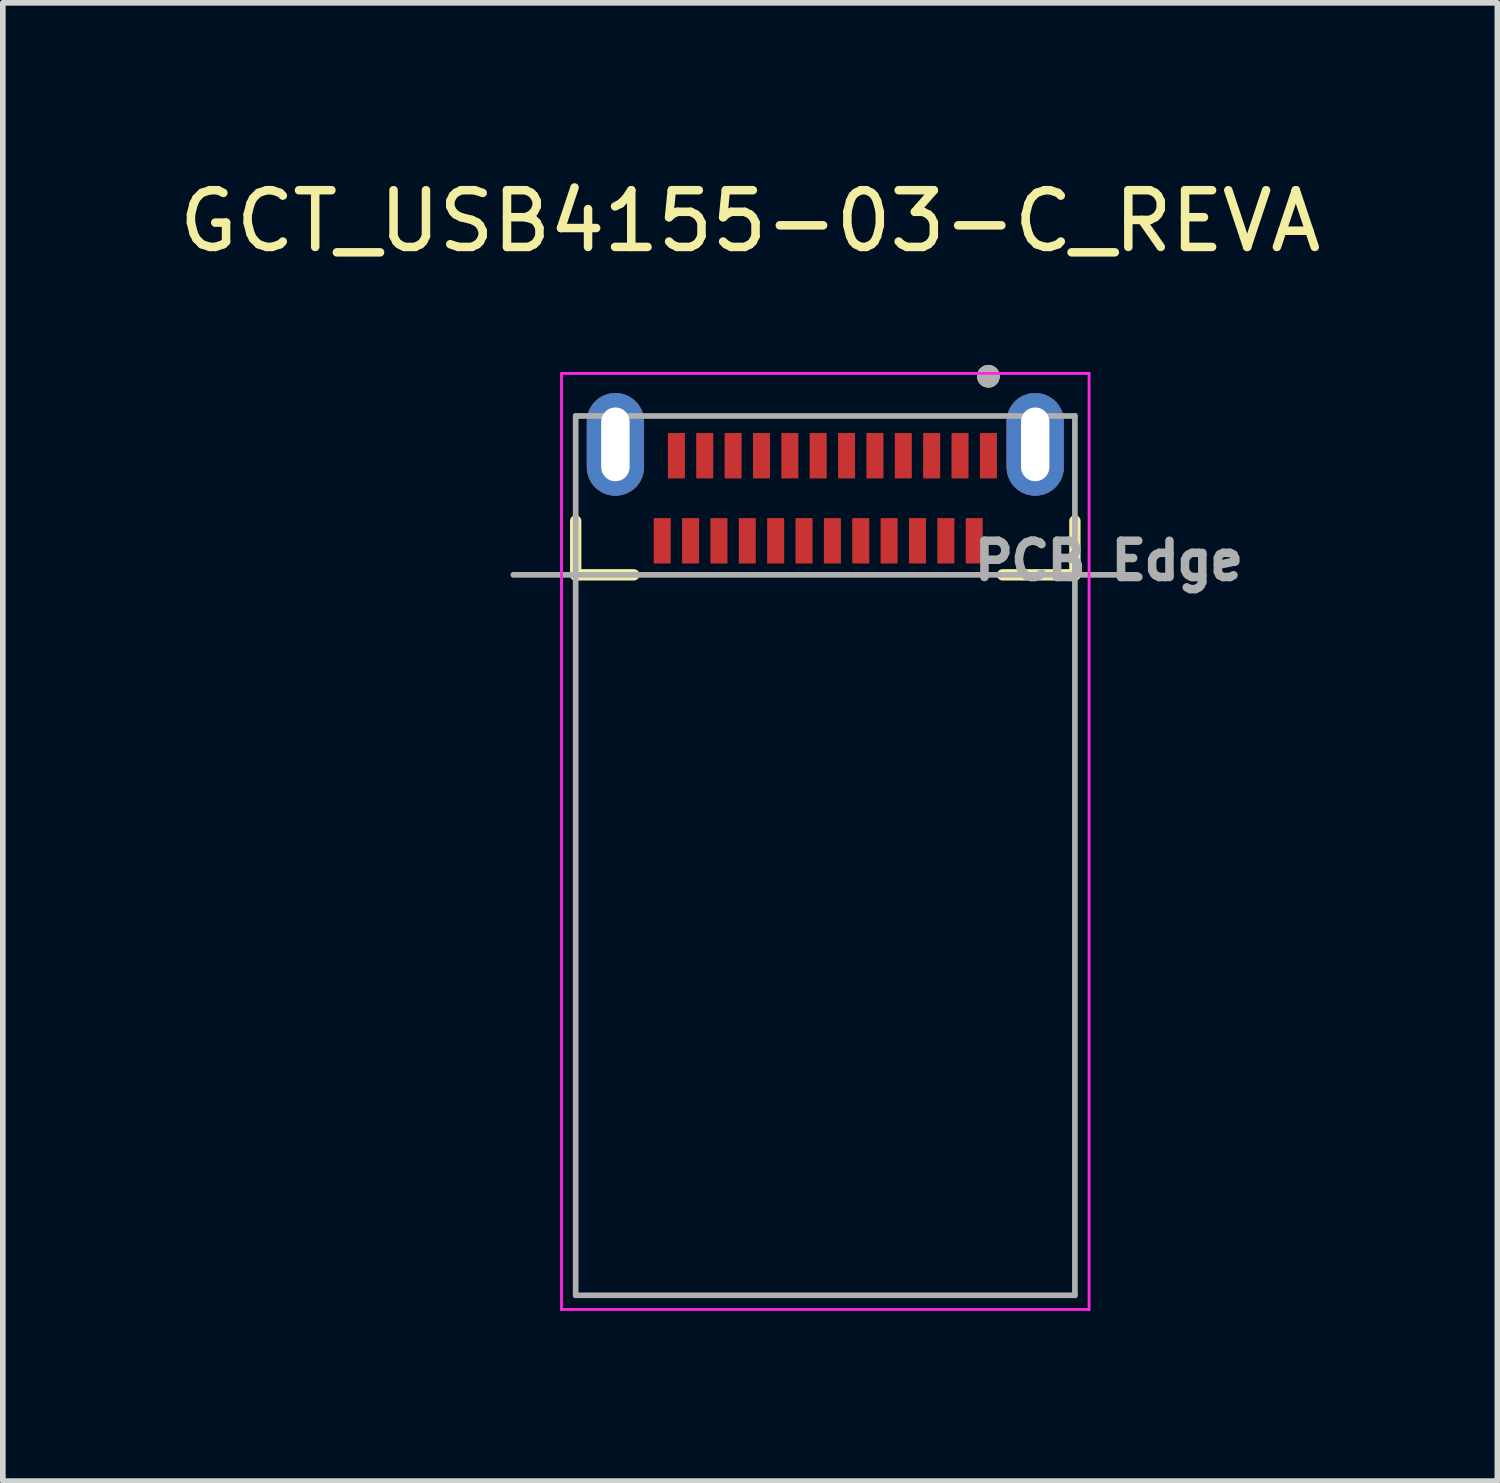
<source format=kicad_pcb>
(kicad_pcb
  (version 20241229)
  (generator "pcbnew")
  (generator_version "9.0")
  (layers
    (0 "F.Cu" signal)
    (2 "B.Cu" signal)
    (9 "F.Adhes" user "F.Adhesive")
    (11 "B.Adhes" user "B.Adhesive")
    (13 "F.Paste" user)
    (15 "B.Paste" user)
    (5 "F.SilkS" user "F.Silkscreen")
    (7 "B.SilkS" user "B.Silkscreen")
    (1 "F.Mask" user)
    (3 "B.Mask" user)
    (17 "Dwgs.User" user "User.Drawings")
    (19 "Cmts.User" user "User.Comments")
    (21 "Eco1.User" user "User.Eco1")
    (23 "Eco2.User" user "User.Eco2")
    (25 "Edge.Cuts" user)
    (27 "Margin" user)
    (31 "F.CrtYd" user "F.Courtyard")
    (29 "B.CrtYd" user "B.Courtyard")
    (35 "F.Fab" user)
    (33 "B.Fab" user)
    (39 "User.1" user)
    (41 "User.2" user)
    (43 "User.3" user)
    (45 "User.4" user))
  (footprint "GCT_USB4155-03-C_REVA"
    (layer "F.Cu")
    (at 11.498 5.733)
    (property "Reference" "GCT_USB4155-03-C_REVA" (at -1.325 -4.885 0) (layer "F.SilkS") (effects (font (size 1 1) (thickness 0.15))))
    (attr smd)
    (fp_poly (pts (xy -3.7 -1.85) (xy -3.726 -1.849) (xy -3.752 -1.847) (xy -3.778 -1.844) (xy -3.804 -1.839) (xy -3.829 -1.833) (xy -3.855 -1.826) (xy -3.879 -1.817) (xy -3.903 -1.807) (xy -3.927 -1.796) (xy -3.95 -1.783) (xy -3.972 -1.769) (xy -3.994 -1.755) (xy -4.015 -1.739) (xy -4.035 -1.722) (xy -4.054 -1.704) (xy -4.072 -1.685) (xy -4.089 -1.665) (xy -4.105 -1.644) (xy -4.119 -1.622) (xy -4.133 -1.6) (xy -4.146 -1.577) (xy -4.157 -1.553) (xy -4.167 -1.529) (xy -4.176 -1.505) (xy -4.183 -1.479) (xy -4.189 -1.454) (xy -4.194 -1.428) (xy -4.197 -1.402) (xy -4.199 -1.376) (xy -4.2 -1.35) (xy -4.2 -0.55) (xy -4.199 -0.524) (xy -4.197 -0.498) (xy -4.194 -0.472) (xy -4.189 -0.446) (xy -4.183 -0.421) (xy -4.176 -0.395) (xy -4.167 -0.371) (xy -4.157 -0.347) (xy -4.146 -0.323) (xy -4.133 -0.3) (xy -4.119 -0.278) (xy -4.105 -0.256) (xy -4.089 -0.235) (xy -4.072 -0.215) (xy -4.054 -0.196) (xy -4.035 -0.178) (xy -4.015 -0.161) (xy -3.994 -0.145) (xy -3.972 -0.131) (xy -3.95 -0.117) (xy -3.927 -0.104) (xy -3.903 -0.093) (xy -3.879 -0.083) (xy -3.855 -0.074) (xy -3.829 -0.067) (xy -3.804 -0.061) (xy -3.778 -0.056) (xy -3.752 -0.053) (xy -3.726 -0.051) (xy -3.7 -0.05) (xy -3.674 -0.051) (xy -3.648 -0.053) (xy -3.622 -0.056) (xy -3.596 -0.061) (xy -3.571 -0.067) (xy -3.545 -0.074) (xy -3.521 -0.083) (xy -3.497 -0.093) (xy -3.473 -0.104) (xy -3.45 -0.117) (xy -3.428 -0.131) (xy -3.406 -0.145) (xy -3.385 -0.161) (xy -3.365 -0.178) (xy -3.346 -0.196) (xy -3.328 -0.215) (xy -3.311 -0.235) (xy -3.295 -0.256) (xy -3.281 -0.278) (xy -3.267 -0.3) (xy -3.254 -0.323) (xy -3.243 -0.347) (xy -3.233 -0.371) (xy -3.224 -0.395) (xy -3.217 -0.421) (xy -3.211 -0.446) (xy -3.206 -0.472) (xy -3.203 -0.498) (xy -3.201 -0.524) (xy -3.2 -0.55) (xy -3.2 -1.35) (xy -3.201 -1.376) (xy -3.203 -1.402) (xy -3.206 -1.428) (xy -3.211 -1.454) (xy -3.217 -1.479) (xy -3.224 -1.505) (xy -3.233 -1.529) (xy -3.243 -1.553) (xy -3.254 -1.577) (xy -3.267 -1.6) (xy -3.281 -1.622) (xy -3.295 -1.644) (xy -3.311 -1.665) (xy -3.328 -1.685) (xy -3.346 -1.704) (xy -3.365 -1.722) (xy -3.385 -1.739) (xy -3.406 -1.755) (xy -3.428 -1.769) (xy -3.45 -1.783) (xy -3.473 -1.796) (xy -3.497 -1.807) (xy -3.521 -1.817) (xy -3.545 -1.826) (xy -3.571 -1.833) (xy -3.596 -1.839) (xy -3.622 -1.844) (xy -3.648 -1.847) (xy -3.674 -1.849) (xy -3.7 -1.85)) (stroke (width 0.01) (type solid)) (fill yes) (layer "F.Cu"))
    (fp_poly (pts (xy 3.7 -1.85) (xy 3.674 -1.849) (xy 3.648 -1.847) (xy 3.622 -1.844) (xy 3.596 -1.839) (xy 3.571 -1.833) (xy 3.545 -1.826) (xy 3.521 -1.817) (xy 3.497 -1.807) (xy 3.473 -1.796) (xy 3.45 -1.783) (xy 3.428 -1.769) (xy 3.406 -1.755) (xy 3.385 -1.739) (xy 3.365 -1.722) (xy 3.346 -1.704) (xy 3.328 -1.685) (xy 3.311 -1.665) (xy 3.295 -1.644) (xy 3.281 -1.622) (xy 3.267 -1.6) (xy 3.254 -1.577) (xy 3.243 -1.553) (xy 3.233 -1.529) (xy 3.224 -1.505) (xy 3.217 -1.479) (xy 3.211 -1.454) (xy 3.206 -1.428) (xy 3.203 -1.402) (xy 3.201 -1.376) (xy 3.2 -1.35) (xy 3.2 -0.55) (xy 3.201 -0.524) (xy 3.203 -0.498) (xy 3.206 -0.472) (xy 3.211 -0.446) (xy 3.217 -0.421) (xy 3.224 -0.395) (xy 3.233 -0.371) (xy 3.243 -0.347) (xy 3.254 -0.323) (xy 3.267 -0.3) (xy 3.281 -0.278) (xy 3.295 -0.256) (xy 3.311 -0.235) (xy 3.328 -0.215) (xy 3.346 -0.196) (xy 3.365 -0.178) (xy 3.385 -0.161) (xy 3.406 -0.145) (xy 3.428 -0.131) (xy 3.45 -0.117) (xy 3.473 -0.104) (xy 3.497 -0.093) (xy 3.521 -0.083) (xy 3.545 -0.074) (xy 3.571 -0.067) (xy 3.596 -0.061) (xy 3.622 -0.056) (xy 3.648 -0.053) (xy 3.674 -0.051) (xy 3.7 -0.05) (xy 3.726 -0.051) (xy 3.752 -0.053) (xy 3.778 -0.056) (xy 3.804 -0.061) (xy 3.829 -0.067) (xy 3.855 -0.074) (xy 3.879 -0.083) (xy 3.903 -0.093) (xy 3.927 -0.104) (xy 3.95 -0.117) (xy 3.972 -0.131) (xy 3.994 -0.145) (xy 4.015 -0.161) (xy 4.035 -0.178) (xy 4.054 -0.196) (xy 4.072 -0.215) (xy 4.089 -0.235) (xy 4.105 -0.256) (xy 4.119 -0.278) (xy 4.133 -0.3) (xy 4.146 -0.323) (xy 4.157 -0.347) (xy 4.167 -0.371) (xy 4.176 -0.395) (xy 4.183 -0.421) (xy 4.189 -0.446) (xy 4.194 -0.472) (xy 4.197 -0.498) (xy 4.199 -0.524) (xy 4.2 -0.55) (xy 4.2 -1.35) (xy 4.199 -1.376) (xy 4.197 -1.402) (xy 4.194 -1.428) (xy 4.189 -1.454) (xy 4.183 -1.479) (xy 4.176 -1.505) (xy 4.167 -1.529) (xy 4.157 -1.553) (xy 4.146 -1.577) (xy 4.133 -1.6) (xy 4.119 -1.622) (xy 4.105 -1.644) (xy 4.089 -1.665) (xy 4.072 -1.685) (xy 4.054 -1.704) (xy 4.035 -1.722) (xy 4.015 -1.739) (xy 3.994 -1.755) (xy 3.972 -1.769) (xy 3.95 -1.783) (xy 3.927 -1.796) (xy 3.903 -1.807) (xy 3.879 -1.817) (xy 3.855 -1.826) (xy 3.829 -1.833) (xy 3.804 -1.839) (xy 3.778 -1.844) (xy 3.752 -1.847) (xy 3.726 -1.849) (xy 3.7 -1.85)) (stroke (width 0.01) (type solid)) (fill yes) (layer "F.Cu"))
    (fp_poly (pts (xy -3.7 -1.95) (xy -3.731 -1.949) (xy -3.763 -1.947) (xy -3.794 -1.943) (xy -3.825 -1.937) (xy -3.855 -1.93) (xy -3.885 -1.921) (xy -3.915 -1.91) (xy -3.944 -1.898) (xy -3.972 -1.885) (xy -4 -1.87) (xy -4.027 -1.853) (xy -4.053 -1.835) (xy -4.078 -1.816) (xy -4.101 -1.796) (xy -4.124 -1.774) (xy -4.146 -1.751) (xy -4.166 -1.728) (xy -4.185 -1.703) (xy -4.203 -1.677) (xy -4.22 -1.65) (xy -4.235 -1.622) (xy -4.248 -1.594) (xy -4.26 -1.565) (xy -4.271 -1.535) (xy -4.28 -1.505) (xy -4.287 -1.475) (xy -4.293 -1.444) (xy -4.297 -1.413) (xy -4.299 -1.381) (xy -4.3 -1.35) (xy -4.3 -0.55) (xy -4.299 -0.519) (xy -4.297 -0.487) (xy -4.293 -0.456) (xy -4.287 -0.425) (xy -4.28 -0.395) (xy -4.271 -0.365) (xy -4.26 -0.335) (xy -4.248 -0.306) (xy -4.235 -0.278) (xy -4.22 -0.25) (xy -4.203 -0.223) (xy -4.185 -0.197) (xy -4.166 -0.172) (xy -4.146 -0.149) (xy -4.124 -0.126) (xy -4.101 -0.104) (xy -4.078 -0.084) (xy -4.053 -0.065) (xy -4.027 -0.047) (xy -4 -0.03) (xy -3.972 -0.015) (xy -3.944 -0.002) (xy -3.915 0.01) (xy -3.885 0.021) (xy -3.855 0.03) (xy -3.825 0.037) (xy -3.794 0.043) (xy -3.763 0.047) (xy -3.731 0.049) (xy -3.7 0.05) (xy -3.669 0.049) (xy -3.637 0.047) (xy -3.606 0.043) (xy -3.575 0.037) (xy -3.545 0.03) (xy -3.515 0.021) (xy -3.485 0.01) (xy -3.456 -0.002) (xy -3.428 -0.015) (xy -3.4 -0.03) (xy -3.373 -0.047) (xy -3.347 -0.065) (xy -3.322 -0.084) (xy -3.299 -0.104) (xy -3.276 -0.126) (xy -3.254 -0.149) (xy -3.234 -0.172) (xy -3.215 -0.197) (xy -3.197 -0.223) (xy -3.18 -0.25) (xy -3.165 -0.278) (xy -3.152 -0.306) (xy -3.14 -0.335) (xy -3.129 -0.365) (xy -3.12 -0.395) (xy -3.113 -0.425) (xy -3.107 -0.456) (xy -3.103 -0.487) (xy -3.101 -0.519) (xy -3.1 -0.55) (xy -3.1 -1.35) (xy -3.101 -1.381) (xy -3.103 -1.413) (xy -3.107 -1.444) (xy -3.113 -1.475) (xy -3.12 -1.505) (xy -3.129 -1.535) (xy -3.14 -1.565) (xy -3.152 -1.594) (xy -3.165 -1.622) (xy -3.18 -1.65) (xy -3.197 -1.677) (xy -3.215 -1.703) (xy -3.234 -1.728) (xy -3.254 -1.751) (xy -3.276 -1.774) (xy -3.299 -1.796) (xy -3.322 -1.816) (xy -3.347 -1.835) (xy -3.373 -1.853) (xy -3.4 -1.87) (xy -3.428 -1.885) (xy -3.456 -1.898) (xy -3.485 -1.91) (xy -3.515 -1.921) (xy -3.545 -1.93) (xy -3.575 -1.937) (xy -3.606 -1.943) (xy -3.637 -1.947) (xy -3.669 -1.949) (xy -3.7 -1.95)) (stroke (width 0.01) (type solid)) (fill yes) (layer "F.Mask"))
    (fp_poly (pts (xy 3.7 -1.95) (xy 3.669 -1.949) (xy 3.637 -1.947) (xy 3.606 -1.943) (xy 3.575 -1.937) (xy 3.545 -1.93) (xy 3.515 -1.921) (xy 3.485 -1.91) (xy 3.456 -1.898) (xy 3.428 -1.885) (xy 3.4 -1.87) (xy 3.373 -1.853) (xy 3.347 -1.835) (xy 3.322 -1.816) (xy 3.299 -1.796) (xy 3.276 -1.774) (xy 3.254 -1.751) (xy 3.234 -1.728) (xy 3.215 -1.703) (xy 3.197 -1.677) (xy 3.18 -1.65) (xy 3.165 -1.622) (xy 3.152 -1.594) (xy 3.14 -1.565) (xy 3.129 -1.535) (xy 3.12 -1.505) (xy 3.113 -1.475) (xy 3.107 -1.444) (xy 3.103 -1.413) (xy 3.101 -1.381) (xy 3.1 -1.35) (xy 3.1 -0.55) (xy 3.101 -0.519) (xy 3.103 -0.487) (xy 3.107 -0.456) (xy 3.113 -0.425) (xy 3.12 -0.395) (xy 3.129 -0.365) (xy 3.14 -0.335) (xy 3.152 -0.306) (xy 3.165 -0.278) (xy 3.18 -0.25) (xy 3.197 -0.223) (xy 3.215 -0.197) (xy 3.234 -0.172) (xy 3.254 -0.149) (xy 3.276 -0.126) (xy 3.299 -0.104) (xy 3.322 -0.084) (xy 3.347 -0.065) (xy 3.373 -0.047) (xy 3.4 -0.03) (xy 3.428 -0.015) (xy 3.456 -0.002) (xy 3.485 0.01) (xy 3.515 0.021) (xy 3.545 0.03) (xy 3.575 0.037) (xy 3.606 0.043) (xy 3.637 0.047) (xy 3.669 0.049) (xy 3.7 0.05) (xy 3.731 0.049) (xy 3.763 0.047) (xy 3.794 0.043) (xy 3.825 0.037) (xy 3.855 0.03) (xy 3.885 0.021) (xy 3.915 0.01) (xy 3.944 -0.002) (xy 3.972 -0.015) (xy 4 -0.03) (xy 4.027 -0.047) (xy 4.053 -0.065) (xy 4.078 -0.084) (xy 4.101 -0.104) (xy 4.124 -0.126) (xy 4.146 -0.149) (xy 4.166 -0.172) (xy 4.185 -0.197) (xy 4.203 -0.223) (xy 4.22 -0.25) (xy 4.235 -0.278) (xy 4.248 -0.306) (xy 4.26 -0.335) (xy 4.271 -0.365) (xy 4.28 -0.395) (xy 4.287 -0.425) (xy 4.293 -0.456) (xy 4.297 -0.487) (xy 4.299 -0.519) (xy 4.3 -0.55) (xy 4.3 -1.35) (xy 4.299 -1.381) (xy 4.297 -1.413) (xy 4.293 -1.444) (xy 4.287 -1.475) (xy 4.28 -1.505) (xy 4.271 -1.535) (xy 4.26 -1.565) (xy 4.248 -1.594) (xy 4.235 -1.622) (xy 4.22 -1.65) (xy 4.203 -1.677) (xy 4.185 -1.703) (xy 4.166 -1.728) (xy 4.146 -1.751) (xy 4.124 -1.774) (xy 4.101 -1.796) (xy 4.078 -1.816) (xy 4.053 -1.835) (xy 4.027 -1.853) (xy 4 -1.87) (xy 3.972 -1.885) (xy 3.944 -1.898) (xy 3.915 -1.91) (xy 3.885 -1.921) (xy 3.855 -1.93) (xy 3.825 -1.937) (xy 3.794 -1.943) (xy 3.763 -1.947) (xy 3.731 -1.949) (xy 3.7 -1.95)) (stroke (width 0.01) (type solid)) (fill yes) (layer "F.Mask"))
    (fp_poly (pts (xy -3.7 -1.85) (xy -3.726 -1.849) (xy -3.752 -1.847) (xy -3.778 -1.844) (xy -3.804 -1.839) (xy -3.829 -1.833) (xy -3.855 -1.826) (xy -3.879 -1.817) (xy -3.903 -1.807) (xy -3.927 -1.796) (xy -3.95 -1.783) (xy -3.972 -1.769) (xy -3.994 -1.755) (xy -4.015 -1.739) (xy -4.035 -1.722) (xy -4.054 -1.704) (xy -4.072 -1.685) (xy -4.089 -1.665) (xy -4.105 -1.644) (xy -4.119 -1.622) (xy -4.133 -1.6) (xy -4.146 -1.577) (xy -4.157 -1.553) (xy -4.167 -1.529) (xy -4.176 -1.505) (xy -4.183 -1.479) (xy -4.189 -1.454) (xy -4.194 -1.428) (xy -4.197 -1.402) (xy -4.199 -1.376) (xy -4.2 -1.35) (xy -4.2 -0.55) (xy -4.199 -0.524) (xy -4.197 -0.498) (xy -4.194 -0.472) (xy -4.189 -0.446) (xy -4.183 -0.421) (xy -4.176 -0.395) (xy -4.167 -0.371) (xy -4.157 -0.347) (xy -4.146 -0.323) (xy -4.133 -0.3) (xy -4.119 -0.278) (xy -4.105 -0.256) (xy -4.089 -0.235) (xy -4.072 -0.215) (xy -4.054 -0.196) (xy -4.035 -0.178) (xy -4.015 -0.161) (xy -3.994 -0.145) (xy -3.972 -0.131) (xy -3.95 -0.117) (xy -3.927 -0.104) (xy -3.903 -0.093) (xy -3.879 -0.083) (xy -3.855 -0.074) (xy -3.829 -0.067) (xy -3.804 -0.061) (xy -3.778 -0.056) (xy -3.752 -0.053) (xy -3.726 -0.051) (xy -3.7 -0.05) (xy -3.674 -0.051) (xy -3.648 -0.053) (xy -3.622 -0.056) (xy -3.596 -0.061) (xy -3.571 -0.067) (xy -3.545 -0.074) (xy -3.521 -0.083) (xy -3.497 -0.093) (xy -3.473 -0.104) (xy -3.45 -0.117) (xy -3.428 -0.131) (xy -3.406 -0.145) (xy -3.385 -0.161) (xy -3.365 -0.178) (xy -3.346 -0.196) (xy -3.328 -0.215) (xy -3.311 -0.235) (xy -3.295 -0.256) (xy -3.281 -0.278) (xy -3.267 -0.3) (xy -3.254 -0.323) (xy -3.243 -0.347) (xy -3.233 -0.371) (xy -3.224 -0.395) (xy -3.217 -0.421) (xy -3.211 -0.446) (xy -3.206 -0.472) (xy -3.203 -0.498) (xy -3.201 -0.524) (xy -3.2 -0.55) (xy -3.2 -1.35) (xy -3.201 -1.376) (xy -3.203 -1.402) (xy -3.206 -1.428) (xy -3.211 -1.454) (xy -3.217 -1.479) (xy -3.224 -1.505) (xy -3.233 -1.529) (xy -3.243 -1.553) (xy -3.254 -1.577) (xy -3.267 -1.6) (xy -3.281 -1.622) (xy -3.295 -1.644) (xy -3.311 -1.665) (xy -3.328 -1.685) (xy -3.346 -1.704) (xy -3.365 -1.722) (xy -3.385 -1.739) (xy -3.406 -1.755) (xy -3.428 -1.769) (xy -3.45 -1.783) (xy -3.473 -1.796) (xy -3.497 -1.807) (xy -3.521 -1.817) (xy -3.545 -1.826) (xy -3.571 -1.833) (xy -3.596 -1.839) (xy -3.622 -1.844) (xy -3.648 -1.847) (xy -3.674 -1.849) (xy -3.7 -1.85)) (stroke (width 0.01) (type solid)) (fill yes) (layer "B.Cu"))
    (fp_poly (pts (xy 3.7 -1.85) (xy 3.674 -1.849) (xy 3.648 -1.847) (xy 3.622 -1.844) (xy 3.596 -1.839) (xy 3.571 -1.833) (xy 3.545 -1.826) (xy 3.521 -1.817) (xy 3.497 -1.807) (xy 3.473 -1.796) (xy 3.45 -1.783) (xy 3.428 -1.769) (xy 3.406 -1.755) (xy 3.385 -1.739) (xy 3.365 -1.722) (xy 3.346 -1.704) (xy 3.328 -1.685) (xy 3.311 -1.665) (xy 3.295 -1.644) (xy 3.281 -1.622) (xy 3.267 -1.6) (xy 3.254 -1.577) (xy 3.243 -1.553) (xy 3.233 -1.529) (xy 3.224 -1.505) (xy 3.217 -1.479) (xy 3.211 -1.454) (xy 3.206 -1.428) (xy 3.203 -1.402) (xy 3.201 -1.376) (xy 3.2 -1.35) (xy 3.2 -0.55) (xy 3.201 -0.524) (xy 3.203 -0.498) (xy 3.206 -0.472) (xy 3.211 -0.446) (xy 3.217 -0.421) (xy 3.224 -0.395) (xy 3.233 -0.371) (xy 3.243 -0.347) (xy 3.254 -0.323) (xy 3.267 -0.3) (xy 3.281 -0.278) (xy 3.295 -0.256) (xy 3.311 -0.235) (xy 3.328 -0.215) (xy 3.346 -0.196) (xy 3.365 -0.178) (xy 3.385 -0.161) (xy 3.406 -0.145) (xy 3.428 -0.131) (xy 3.45 -0.117) (xy 3.473 -0.104) (xy 3.497 -0.093) (xy 3.521 -0.083) (xy 3.545 -0.074) (xy 3.571 -0.067) (xy 3.596 -0.061) (xy 3.622 -0.056) (xy 3.648 -0.053) (xy 3.674 -0.051) (xy 3.7 -0.05) (xy 3.726 -0.051) (xy 3.752 -0.053) (xy 3.778 -0.056) (xy 3.804 -0.061) (xy 3.829 -0.067) (xy 3.855 -0.074) (xy 3.879 -0.083) (xy 3.903 -0.093) (xy 3.927 -0.104) (xy 3.95 -0.117) (xy 3.972 -0.131) (xy 3.994 -0.145) (xy 4.015 -0.161) (xy 4.035 -0.178) (xy 4.054 -0.196) (xy 4.072 -0.215) (xy 4.089 -0.235) (xy 4.105 -0.256) (xy 4.119 -0.278) (xy 4.133 -0.3) (xy 4.146 -0.323) (xy 4.157 -0.347) (xy 4.167 -0.371) (xy 4.176 -0.395) (xy 4.183 -0.421) (xy 4.189 -0.446) (xy 4.194 -0.472) (xy 4.197 -0.498) (xy 4.199 -0.524) (xy 4.2 -0.55) (xy 4.2 -1.35) (xy 4.199 -1.376) (xy 4.197 -1.402) (xy 4.194 -1.428) (xy 4.189 -1.454) (xy 4.183 -1.479) (xy 4.176 -1.505) (xy 4.167 -1.529) (xy 4.157 -1.553) (xy 4.146 -1.577) (xy 4.133 -1.6) (xy 4.119 -1.622) (xy 4.105 -1.644) (xy 4.089 -1.665) (xy 4.072 -1.685) (xy 4.054 -1.704) (xy 4.035 -1.722) (xy 4.015 -1.739) (xy 3.994 -1.755) (xy 3.972 -1.769) (xy 3.95 -1.783) (xy 3.927 -1.796) (xy 3.903 -1.807) (xy 3.879 -1.817) (xy 3.855 -1.826) (xy 3.829 -1.833) (xy 3.804 -1.839) (xy 3.778 -1.844) (xy 3.752 -1.847) (xy 3.726 -1.849) (xy 3.7 -1.85)) (stroke (width 0.01) (type solid)) (fill yes) (layer "B.Cu"))
    (fp_poly (pts (xy -3.7 -1.95) (xy -3.731 -1.949) (xy -3.763 -1.947) (xy -3.794 -1.943) (xy -3.825 -1.937) (xy -3.855 -1.93) (xy -3.885 -1.921) (xy -3.915 -1.91) (xy -3.944 -1.898) (xy -3.972 -1.885) (xy -4 -1.87) (xy -4.027 -1.853) (xy -4.053 -1.835) (xy -4.078 -1.816) (xy -4.101 -1.796) (xy -4.124 -1.774) (xy -4.146 -1.751) (xy -4.166 -1.728) (xy -4.185 -1.703) (xy -4.203 -1.677) (xy -4.22 -1.65) (xy -4.235 -1.622) (xy -4.248 -1.594) (xy -4.26 -1.565) (xy -4.271 -1.535) (xy -4.28 -1.505) (xy -4.287 -1.475) (xy -4.293 -1.444) (xy -4.297 -1.413) (xy -4.299 -1.381) (xy -4.3 -1.35) (xy -4.3 -0.55) (xy -4.299 -0.519) (xy -4.297 -0.487) (xy -4.293 -0.456) (xy -4.287 -0.425) (xy -4.28 -0.395) (xy -4.271 -0.365) (xy -4.26 -0.335) (xy -4.248 -0.306) (xy -4.235 -0.278) (xy -4.22 -0.25) (xy -4.203 -0.223) (xy -4.185 -0.197) (xy -4.166 -0.172) (xy -4.146 -0.149) (xy -4.124 -0.126) (xy -4.101 -0.104) (xy -4.078 -0.084) (xy -4.053 -0.065) (xy -4.027 -0.047) (xy -4 -0.03) (xy -3.972 -0.015) (xy -3.944 -0.002) (xy -3.915 0.01) (xy -3.885 0.021) (xy -3.855 0.03) (xy -3.825 0.037) (xy -3.794 0.043) (xy -3.763 0.047) (xy -3.731 0.049) (xy -3.7 0.05) (xy -3.669 0.049) (xy -3.637 0.047) (xy -3.606 0.043) (xy -3.575 0.037) (xy -3.545 0.03) (xy -3.515 0.021) (xy -3.485 0.01) (xy -3.456 -0.002) (xy -3.428 -0.015) (xy -3.4 -0.03) (xy -3.373 -0.047) (xy -3.347 -0.065) (xy -3.322 -0.084) (xy -3.299 -0.104) (xy -3.276 -0.126) (xy -3.254 -0.149) (xy -3.234 -0.172) (xy -3.215 -0.197) (xy -3.197 -0.223) (xy -3.18 -0.25) (xy -3.165 -0.278) (xy -3.152 -0.306) (xy -3.14 -0.335) (xy -3.129 -0.365) (xy -3.12 -0.395) (xy -3.113 -0.425) (xy -3.107 -0.456) (xy -3.103 -0.487) (xy -3.101 -0.519) (xy -3.1 -0.55) (xy -3.1 -1.35) (xy -3.101 -1.381) (xy -3.103 -1.413) (xy -3.107 -1.444) (xy -3.113 -1.475) (xy -3.12 -1.505) (xy -3.129 -1.535) (xy -3.14 -1.565) (xy -3.152 -1.594) (xy -3.165 -1.622) (xy -3.18 -1.65) (xy -3.197 -1.677) (xy -3.215 -1.703) (xy -3.234 -1.728) (xy -3.254 -1.751) (xy -3.276 -1.774) (xy -3.299 -1.796) (xy -3.322 -1.816) (xy -3.347 -1.835) (xy -3.373 -1.853) (xy -3.4 -1.87) (xy -3.428 -1.885) (xy -3.456 -1.898) (xy -3.485 -1.91) (xy -3.515 -1.921) (xy -3.545 -1.93) (xy -3.575 -1.937) (xy -3.606 -1.943) (xy -3.637 -1.947) (xy -3.669 -1.949) (xy -3.7 -1.95)) (stroke (width 0.01) (type solid)) (fill yes) (layer "B.Mask"))
    (fp_poly (pts (xy 3.7 -1.95) (xy 3.669 -1.949) (xy 3.637 -1.947) (xy 3.606 -1.943) (xy 3.575 -1.937) (xy 3.545 -1.93) (xy 3.515 -1.921) (xy 3.485 -1.91) (xy 3.456 -1.898) (xy 3.428 -1.885) (xy 3.4 -1.87) (xy 3.373 -1.853) (xy 3.347 -1.835) (xy 3.322 -1.816) (xy 3.299 -1.796) (xy 3.276 -1.774) (xy 3.254 -1.751) (xy 3.234 -1.728) (xy 3.215 -1.703) (xy 3.197 -1.677) (xy 3.18 -1.65) (xy 3.165 -1.622) (xy 3.152 -1.594) (xy 3.14 -1.565) (xy 3.129 -1.535) (xy 3.12 -1.505) (xy 3.113 -1.475) (xy 3.107 -1.444) (xy 3.103 -1.413) (xy 3.101 -1.381) (xy 3.1 -1.35) (xy 3.1 -0.55) (xy 3.101 -0.519) (xy 3.103 -0.487) (xy 3.107 -0.456) (xy 3.113 -0.425) (xy 3.12 -0.395) (xy 3.129 -0.365) (xy 3.14 -0.335) (xy 3.152 -0.306) (xy 3.165 -0.278) (xy 3.18 -0.25) (xy 3.197 -0.223) (xy 3.215 -0.197) (xy 3.234 -0.172) (xy 3.254 -0.149) (xy 3.276 -0.126) (xy 3.299 -0.104) (xy 3.322 -0.084) (xy 3.347 -0.065) (xy 3.373 -0.047) (xy 3.4 -0.03) (xy 3.428 -0.015) (xy 3.456 -0.002) (xy 3.485 0.01) (xy 3.515 0.021) (xy 3.545 0.03) (xy 3.575 0.037) (xy 3.606 0.043) (xy 3.637 0.047) (xy 3.669 0.049) (xy 3.7 0.05) (xy 3.731 0.049) (xy 3.763 0.047) (xy 3.794 0.043) (xy 3.825 0.037) (xy 3.855 0.03) (xy 3.885 0.021) (xy 3.915 0.01) (xy 3.944 -0.002) (xy 3.972 -0.015) (xy 4 -0.03) (xy 4.027 -0.047) (xy 4.053 -0.065) (xy 4.078 -0.084) (xy 4.101 -0.104) (xy 4.124 -0.126) (xy 4.146 -0.149) (xy 4.166 -0.172) (xy 4.185 -0.197) (xy 4.203 -0.223) (xy 4.22 -0.25) (xy 4.235 -0.278) (xy 4.248 -0.306) (xy 4.26 -0.335) (xy 4.271 -0.365) (xy 4.28 -0.395) (xy 4.287 -0.425) (xy 4.293 -0.456) (xy 4.297 -0.487) (xy 4.299 -0.519) (xy 4.3 -0.55) (xy 4.3 -1.35) (xy 4.299 -1.381) (xy 4.297 -1.413) (xy 4.293 -1.444) (xy 4.287 -1.475) (xy 4.28 -1.505) (xy 4.271 -1.535) (xy 4.26 -1.565) (xy 4.248 -1.594) (xy 4.235 -1.622) (xy 4.22 -1.65) (xy 4.203 -1.677) (xy 4.185 -1.703) (xy 4.166 -1.728) (xy 4.146 -1.751) (xy 4.124 -1.774) (xy 4.101 -1.796) (xy 4.078 -1.816) (xy 4.053 -1.835) (xy 4.027 -1.853) (xy 4 -1.87) (xy 3.972 -1.885) (xy 3.944 -1.898) (xy 3.915 -1.91) (xy 3.885 -1.921) (xy 3.855 -1.93) (xy 3.825 -1.937) (xy 3.794 -1.943) (xy 3.763 -1.947) (xy 3.731 -1.949) (xy 3.7 -1.95)) (stroke (width 0.01) (type solid)) (fill yes) (layer "B.Mask"))
    (fp_line (start -4.4 1.35) (end -4.4 0.4) (stroke (width 0.2) (type solid)) (layer "F.SilkS"))
    (fp_line (start -4.4 1.35) (end -3.375 1.35) (stroke (width 0.2) (type solid)) (layer "F.SilkS"))
    (fp_line (start 3.125 1.35) (end 4.4 1.35) (stroke (width 0.2) (type solid)) (layer "F.SilkS"))
    (fp_line (start 4.4 1.35) (end 4.4 0.4) (stroke (width 0.2) (type solid)) (layer "F.SilkS"))
    (fp_circle (center 2.875 -2.15) (end 2.975 -2.15) (stroke (width 0.2) (type solid)) (fill no) (layer "F.SilkS"))
    (fp_line (start -4.65 -2.2) (end 4.65 -2.2) (stroke (width 0.05) (type solid)) (layer "F.CrtYd"))
    (fp_line (start -4.65 14.3) (end -4.65 -2.2) (stroke (width 0.05) (type solid)) (layer "F.CrtYd"))
    (fp_line (start -4.65 14.3) (end 4.65 14.3) (stroke (width 0.05) (type solid)) (layer "F.CrtYd"))
    (fp_line (start 4.65 14.3) (end 4.65 -2.2) (stroke (width 0.05) (type solid)) (layer "F.CrtYd"))
    (fp_line (start -5.5 1.35) (end 5.5 1.35) (stroke (width 0.1) (type solid)) (layer "F.Fab"))
    (fp_line (start -4.4 -1.45) (end 4.4 -1.45) (stroke (width 0.1) (type solid)) (layer "F.Fab"))
    (fp_line (start -4.4 14.05) (end -4.4 -1.45) (stroke (width 0.1) (type solid)) (layer "F.Fab"))
    (fp_line (start -4.4 14.05) (end 4.4 14.05) (stroke (width 0.1) (type solid)) (layer "F.Fab"))
    (fp_line (start 4.4 14.05) (end 4.4 -1.45) (stroke (width 0.1) (type solid)) (layer "F.Fab"))
    (fp_circle (center 2.875 -2.15) (end 2.975 -2.15) (stroke (width 0.2) (type solid)) (fill no) (layer "F.Fab"))
    (fp_text user "PCB Edge" (at 5 1.1 0) (layer "F.Fab") (effects (font (size 0.64 0.64) (thickness 0.15))))
    (pad "A1" smd rect (at 2.875 -0.75) (size 0.3 0.8) (layers "F.Cu" "F.Mask" "F.Paste"))
    (pad "A2" smd rect (at 2.375 -0.75) (size 0.3 0.8) (layers "F.Cu" "F.Mask" "F.Paste"))
    (pad "A3" smd rect (at 1.875 -0.75) (size 0.3 0.8) (layers "F.Cu" "F.Mask" "F.Paste"))
    (pad "A4" smd rect (at 1.375 -0.75) (size 0.3 0.8) (layers "F.Cu" "F.Mask" "F.Paste"))
    (pad "A5" smd rect (at 0.875 -0.75) (size 0.3 0.8) (layers "F.Cu" "F.Mask" "F.Paste"))
    (pad "A6" smd rect (at 0.375 -0.75) (size 0.3 0.8) (layers "F.Cu" "F.Mask" "F.Paste"))
    (pad "A7" smd rect (at -0.125 -0.75) (size 0.3 0.8) (layers "F.Cu" "F.Mask" "F.Paste"))
    (pad "A8" smd rect (at -0.625 -0.75) (size 0.3 0.8) (layers "F.Cu" "F.Mask" "F.Paste"))
    (pad "A9" smd rect (at -1.125 -0.75) (size 0.3 0.8) (layers "F.Cu" "F.Mask" "F.Paste"))
    (pad "A10" smd rect (at -1.625 -0.75) (size 0.3 0.8) (layers "F.Cu" "F.Mask" "F.Paste"))
    (pad "A11" smd rect (at -2.125 -0.75) (size 0.3 0.8) (layers "F.Cu" "F.Mask" "F.Paste"))
    (pad "A12" smd rect (at -2.625 -0.75) (size 0.3 0.8) (layers "F.Cu" "F.Mask" "F.Paste"))
    (pad "B1" smd rect (at -2.875 0.75) (size 0.3 0.8) (layers "F.Cu" "F.Mask" "F.Paste"))
    (pad "B2" smd rect (at -2.375 0.75) (size 0.3 0.8) (layers "F.Cu" "F.Mask" "F.Paste"))
    (pad "B3" smd rect (at -1.875 0.75) (size 0.3 0.8) (layers "F.Cu" "F.Mask" "F.Paste"))
    (pad "B4" smd rect (at -1.375 0.75) (size 0.3 0.8) (layers "F.Cu" "F.Mask" "F.Paste"))
    (pad "B5" smd rect (at -0.875 0.75) (size 0.3 0.8) (layers "F.Cu" "F.Mask" "F.Paste"))
    (pad "B6" smd rect (at -0.375 0.75) (size 0.3 0.8) (layers "F.Cu" "F.Mask" "F.Paste"))
    (pad "B7" smd rect (at 0.125 0.75) (size 0.3 0.8) (layers "F.Cu" "F.Mask" "F.Paste"))
    (pad "B8" smd rect (at 0.625 0.75) (size 0.3 0.8) (layers "F.Cu" "F.Mask" "F.Paste"))
    (pad "B9" smd rect (at 1.125 0.75) (size 0.3 0.8) (layers "F.Cu" "F.Mask" "F.Paste"))
    (pad "B10" smd rect (at 1.625 0.75) (size 0.3 0.8) (layers "F.Cu" "F.Mask" "F.Paste"))
    (pad "B11" smd rect (at 2.125 0.75) (size 0.3 0.8) (layers "F.Cu" "F.Mask" "F.Paste"))
    (pad "B12" smd rect (at 2.625 0.75) (size 0.3 0.8) (layers "F.Cu" "F.Mask" "F.Paste"))
    (pad "S1" thru_hole oval (at -3.7 -0.95) (size 0.8 1.6) (drill oval 0.5 1.3) (layers "*.Cu"))
    (pad "S2" thru_hole oval (at 3.7 -0.95) (size 0.8 1.6) (drill oval 0.5 1.3) (layers "*.Cu")))
  (gr_rect
    (start -3 -3)
    (end 23.345 23.058)
    (stroke (width 0.1) (type default))
    (fill no)
    (layer "Edge.Cuts")))
</source>
